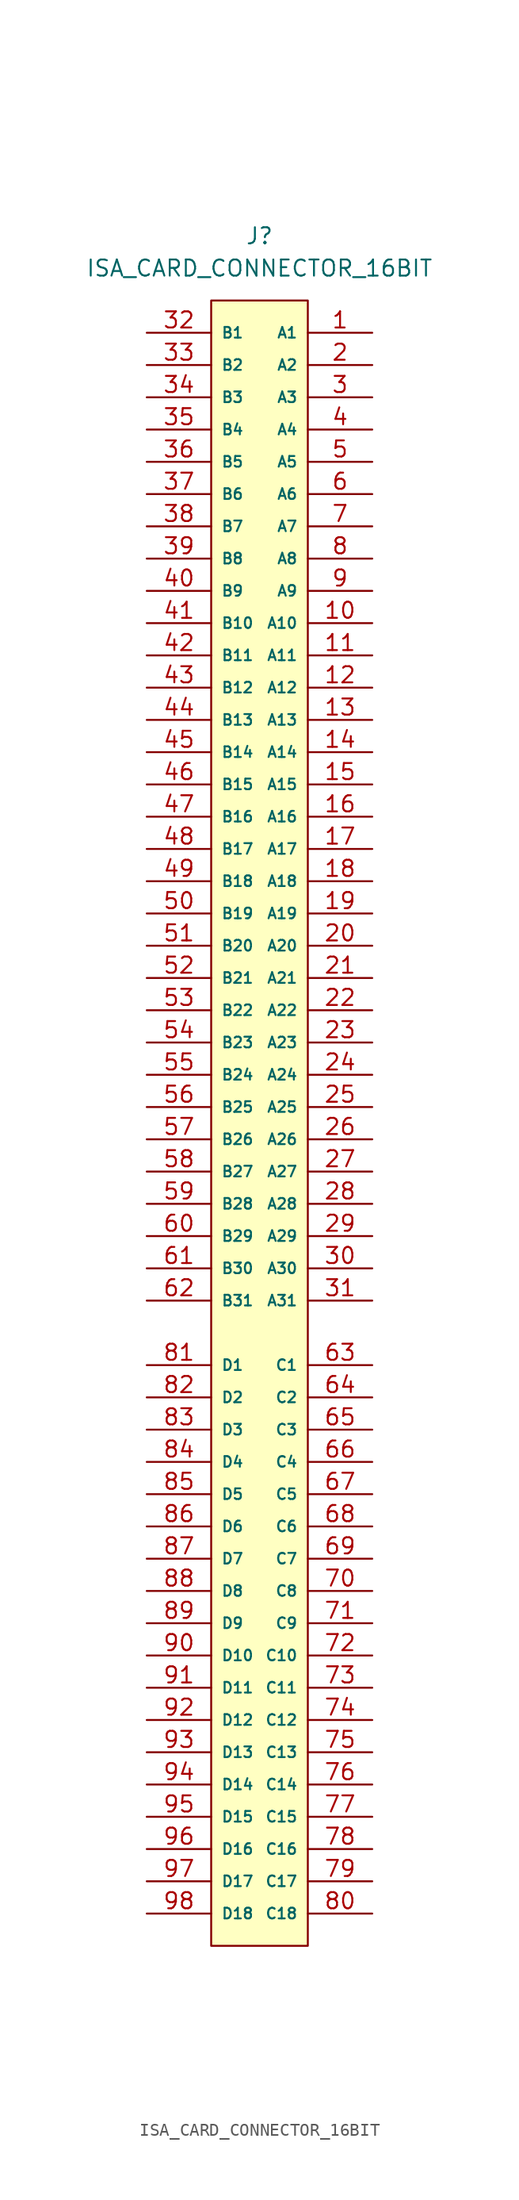
<source format=kicad_sym>
(kicad_symbol_lib
  (version 20220914)
  (generator kicad_symbol_editor)
  (symbol "ISA_CARD_CONNECTOR_16BIT"
    (pin_names
      (offset 0.762))
    (property "Reference" "J"
      (at 0 5.08 0)
      (effects (font (size 1.27 1.27))))
    (property "Value" "ISA_CARD_CONNECTOR_16BIT"
      (at 0 2.54 0)
      (effects (font (size 1.27 1.27))))
    (symbol "ISA_CARD_CONNECTOR_16BIT_0_0"
      (pin passive line (at 8.89 -2.54 180) (length 5.08) (name "A1" (effects (font (size 0.838 0.838)))) (number "1" (effects (font (size 1.27 1.27)))))
      (pin passive line (at 8.89 -25.4 180) (length 5.08) (name "A10" (effects (font (size 0.838 0.838)))) (number "10" (effects (font (size 1.27 1.27)))))
      (pin passive line (at 8.89 -27.94 180) (length 5.08) (name "A11" (effects (font (size 0.838 0.838)))) (number "11" (effects (font (size 1.27 1.27)))))
      (pin passive line (at 8.89 -30.48 180) (length 5.08) (name "A12" (effects (font (size 0.838 0.838)))) (number "12" (effects (font (size 1.27 1.27)))))
      (pin passive line (at 8.89 -33.02 180) (length 5.08) (name "A13" (effects (font (size 0.838 0.838)))) (number "13" (effects (font (size 1.27 1.27)))))
      (pin passive line (at 8.89 -35.56 180) (length 5.08) (name "A14" (effects (font (size 0.838 0.838)))) (number "14" (effects (font (size 1.27 1.27)))))
      (pin passive line (at 8.89 -38.1 180) (length 5.08) (name "A15" (effects (font (size 0.838 0.838)))) (number "15" (effects (font (size 1.27 1.27)))))
      (pin passive line (at 8.89 -40.64 180) (length 5.08) (name "A16" (effects (font (size 0.838 0.838)))) (number "16" (effects (font (size 1.27 1.27)))))
      (pin passive line (at 8.89 -43.18 180) (length 5.08) (name "A17" (effects (font (size 0.838 0.838)))) (number "17" (effects (font (size 1.27 1.27)))))
      (pin passive line (at 8.89 -45.72 180) (length 5.08) (name "A18" (effects (font (size 0.838 0.838)))) (number "18" (effects (font (size 1.27 1.27)))))
      (pin passive line (at 8.89 -48.26 180) (length 5.08) (name "A19" (effects (font (size 0.838 0.838)))) (number "19" (effects (font (size 1.27 1.27)))))
      (pin passive line (at 8.89 -5.08 180) (length 5.08) (name "A2" (effects (font (size 0.838 0.838)))) (number "2" (effects (font (size 1.27 1.27)))))
      (pin passive line (at 8.89 -50.8 180) (length 5.08) (name "A20" (effects (font (size 0.838 0.838)))) (number "20" (effects (font (size 1.27 1.27)))))
      (pin passive line (at 8.89 -53.34 180) (length 5.08) (name "A21" (effects (font (size 0.838 0.838)))) (number "21" (effects (font (size 1.27 1.27)))))
      (pin passive line (at 8.89 -55.88 180) (length 5.08) (name "A22" (effects (font (size 0.838 0.838)))) (number "22" (effects (font (size 1.27 1.27)))))
      (pin passive line (at 8.89 -58.42 180) (length 5.08) (name "A23" (effects (font (size 0.838 0.838)))) (number "23" (effects (font (size 1.27 1.27)))))
      (pin passive line (at 8.89 -60.96 180) (length 5.08) (name "A24" (effects (font (size 0.838 0.838)))) (number "24" (effects (font (size 1.27 1.27)))))
      (pin passive line (at 8.89 -63.5 180) (length 5.08) (name "A25" (effects (font (size 0.838 0.838)))) (number "25" (effects (font (size 1.27 1.27)))))
      (pin passive line (at 8.89 -66.04 180) (length 5.08) (name "A26" (effects (font (size 0.838 0.838)))) (number "26" (effects (font (size 1.27 1.27)))))
      (pin passive line (at 8.89 -68.58 180) (length 5.08) (name "A27" (effects (font (size 0.838 0.838)))) (number "27" (effects (font (size 1.27 1.27)))))
      (pin passive line (at 8.89 -71.12 180) (length 5.08) (name "A28" (effects (font (size 0.838 0.838)))) (number "28" (effects (font (size 1.27 1.27)))))
      (pin passive line (at 8.89 -73.66 180) (length 5.08) (name "A29" (effects (font (size 0.838 0.838)))) (number "29" (effects (font (size 1.27 1.27)))))
      (pin passive line (at 8.89 -7.62 180) (length 5.08) (name "A3" (effects (font (size 0.838 0.838)))) (number "3" (effects (font (size 1.27 1.27)))))
      (pin passive line (at 8.89 -76.2 180) (length 5.08) (name "A30" (effects (font (size 0.838 0.838)))) (number "30" (effects (font (size 1.27 1.27)))))
      (pin passive line (at 8.89 -78.74 180) (length 5.08) (name "A31" (effects (font (size 0.838 0.838)))) (number "31" (effects (font (size 1.27 1.27)))))
      (pin passive line (at -8.89 -2.54 0) (length 5.08) (name "B1" (effects (font (size 0.838 0.838)))) (number "32" (effects (font (size 1.27 1.27)))))
      (pin passive line (at -8.89 -5.08 0) (length 5.08) (name "B2" (effects (font (size 0.838 0.838)))) (number "33" (effects (font (size 1.27 1.27)))))
      (pin passive line (at -8.89 -7.62 0) (length 5.08) (name "B3" (effects (font (size 0.838 0.838)))) (number "34" (effects (font (size 1.27 1.27)))))
      (pin passive line (at -8.89 -10.16 0) (length 5.08) (name "B4" (effects (font (size 0.838 0.838)))) (number "35" (effects (font (size 1.27 1.27)))))
      (pin passive line (at -8.89 -12.7 0) (length 5.08) (name "B5" (effects (font (size 0.838 0.838)))) (number "36" (effects (font (size 1.27 1.27)))))
      (pin passive line (at -8.89 -15.24 0) (length 5.08) (name "B6" (effects (font (size 0.838 0.838)))) (number "37" (effects (font (size 1.27 1.27)))))
      (pin passive line (at -8.89 -17.78 0) (length 5.08) (name "B7" (effects (font (size 0.838 0.838)))) (number "38" (effects (font (size 1.27 1.27)))))
      (pin passive line (at -8.89 -20.32 0) (length 5.08) (name "B8" (effects (font (size 0.838 0.838)))) (number "39" (effects (font (size 1.27 1.27)))))
      (pin passive line (at 8.89 -10.16 180) (length 5.08) (name "A4" (effects (font (size 0.838 0.838)))) (number "4" (effects (font (size 1.27 1.27)))))
      (pin passive line (at -8.89 -22.86 0) (length 5.08) (name "B9" (effects (font (size 0.838 0.838)))) (number "40" (effects (font (size 1.27 1.27)))))
      (pin passive line (at -8.89 -25.4 0) (length 5.08) (name "B10" (effects (font (size 0.838 0.838)))) (number "41" (effects (font (size 1.27 1.27)))))
      (pin passive line (at -8.89 -27.94 0) (length 5.08) (name "B11" (effects (font (size 0.838 0.838)))) (number "42" (effects (font (size 1.27 1.27)))))
      (pin passive line (at -8.89 -30.48 0) (length 5.08) (name "B12" (effects (font (size 0.838 0.838)))) (number "43" (effects (font (size 1.27 1.27)))))
      (pin passive line (at -8.89 -33.02 0) (length 5.08) (name "B13" (effects (font (size 0.838 0.838)))) (number "44" (effects (font (size 1.27 1.27)))))
      (pin passive line (at -8.89 -35.56 0) (length 5.08) (name "B14" (effects (font (size 0.838 0.838)))) (number "45" (effects (font (size 1.27 1.27)))))
      (pin passive line (at -8.89 -38.1 0) (length 5.08) (name "B15" (effects (font (size 0.838 0.838)))) (number "46" (effects (font (size 1.27 1.27)))))
      (pin passive line (at -8.89 -40.64 0) (length 5.08) (name "B16" (effects (font (size 0.838 0.838)))) (number "47" (effects (font (size 1.27 1.27)))))
      (pin passive line (at -8.89 -43.18 0) (length 5.08) (name "B17" (effects (font (size 0.838 0.838)))) (number "48" (effects (font (size 1.27 1.27)))))
      (pin passive line (at -8.89 -45.72 0) (length 5.08) (name "B18" (effects (font (size 0.838 0.838)))) (number "49" (effects (font (size 1.27 1.27)))))
      (pin passive line (at 8.89 -12.7 180) (length 5.08) (name "A5" (effects (font (size 0.838 0.838)))) (number "5" (effects (font (size 1.27 1.27)))))
      (pin passive line (at -8.89 -48.26 0) (length 5.08) (name "B19" (effects (font (size 0.838 0.838)))) (number "50" (effects (font (size 1.27 1.27)))))
      (pin passive line (at -8.89 -50.8 0) (length 5.08) (name "B20" (effects (font (size 0.838 0.838)))) (number "51" (effects (font (size 1.27 1.27)))))
      (pin passive line (at -8.89 -53.34 0) (length 5.08) (name "B21" (effects (font (size 0.838 0.838)))) (number "52" (effects (font (size 1.27 1.27)))))
      (pin passive line (at -8.89 -55.88 0) (length 5.08) (name "B22" (effects (font (size 0.838 0.838)))) (number "53" (effects (font (size 1.27 1.27)))))
      (pin passive line (at -8.89 -58.42 0) (length 5.08) (name "B23" (effects (font (size 0.838 0.838)))) (number "54" (effects (font (size 1.27 1.27)))))
      (pin passive line (at -8.89 -60.96 0) (length 5.08) (name "B24" (effects (font (size 0.838 0.838)))) (number "55" (effects (font (size 1.27 1.27)))))
      (pin passive line (at -8.89 -63.5 0) (length 5.08) (name "B25" (effects (font (size 0.838 0.838)))) (number "56" (effects (font (size 1.27 1.27)))))
      (pin passive line (at -8.89 -66.04 0) (length 5.08) (name "B26" (effects (font (size 0.838 0.838)))) (number "57" (effects (font (size 1.27 1.27)))))
      (pin passive line (at -8.89 -68.58 0) (length 5.08) (name "B27" (effects (font (size 0.838 0.838)))) (number "58" (effects (font (size 1.27 1.27)))))
      (pin passive line (at -8.89 -71.12 0) (length 5.08) (name "B28" (effects (font (size 0.838 0.838)))) (number "59" (effects (font (size 1.27 1.27)))))
      (pin passive line (at 8.89 -15.24 180) (length 5.08) (name "A6" (effects (font (size 0.838 0.838)))) (number "6" (effects (font (size 1.27 1.27)))))
      (pin passive line (at -8.89 -73.66 0) (length 5.08) (name "B29" (effects (font (size 0.838 0.838)))) (number "60" (effects (font (size 1.27 1.27)))))
      (pin passive line (at -8.89 -76.2 0) (length 5.08) (name "B30" (effects (font (size 0.838 0.838)))) (number "61" (effects (font (size 1.27 1.27)))))
      (pin passive line (at -8.89 -78.74 0) (length 5.08) (name "B31" (effects (font (size 0.838 0.838)))) (number "62" (effects (font (size 1.27 1.27)))))
      (pin passive line (at 8.89 -17.78 180) (length 5.08) (name "A7" (effects (font (size 0.838 0.838)))) (number "7" (effects (font (size 1.27 1.27)))))
      (pin passive line (at 8.89 -20.32 180) (length 5.08) (name "A8" (effects (font (size 0.838 0.838)))) (number "8" (effects (font (size 1.27 1.27)))))
      (pin passive line (at 8.89 -22.86 180) (length 5.08) (name "A9" (effects (font (size 0.838 0.838)))) (number "9" (effects (font (size 1.27 1.27))))))
    (symbol "ISA_CARD_CONNECTOR_16BIT_0_1"
      (rectangle (start -3.81 0) (end 3.81 -129.54) (stroke (width 0) (type solid)) (fill (type background))))
    (symbol "ISA_CARD_CONNECTOR_16BIT_1_1"
      (pin passive line (at 8.89 -83.82 180) (length 5.08) (name "C1" (effects (font (size 0.838 0.838)))) (number "63" (effects (font (size 1.27 1.27)))))
      (pin passive line (at 8.89 -86.36 180) (length 5.08) (name "C2" (effects (font (size 0.838 0.838)))) (number "64" (effects (font (size 1.27 1.27)))))
      (pin passive line (at 8.89 -88.9 180) (length 5.08) (name "C3" (effects (font (size 0.838 0.838)))) (number "65" (effects (font (size 1.27 1.27)))))
      (pin passive line (at 8.89 -91.44 180) (length 5.08) (name "C4" (effects (font (size 0.838 0.838)))) (number "66" (effects (font (size 1.27 1.27)))))
      (pin passive line (at 8.89 -93.98 180) (length 5.08) (name "C5" (effects (font (size 0.838 0.838)))) (number "67" (effects (font (size 1.27 1.27)))))
      (pin passive line (at 8.89 -96.52 180) (length 5.08) (name "C6" (effects (font (size 0.838 0.838)))) (number "68" (effects (font (size 1.27 1.27)))))
      (pin passive line (at 8.89 -99.06 180) (length 5.08) (name "C7" (effects (font (size 0.838 0.838)))) (number "69" (effects (font (size 1.27 1.27)))))
      (pin passive line (at 8.89 -101.6 180) (length 5.08) (name "C8" (effects (font (size 0.838 0.838)))) (number "70" (effects (font (size 1.27 1.27)))))
      (pin passive line (at 8.89 -104.14 180) (length 5.08) (name "C9" (effects (font (size 0.838 0.838)))) (number "71" (effects (font (size 1.27 1.27)))))
      (pin passive line (at 8.89 -106.68 180) (length 5.08) (name "C10" (effects (font (size 0.838 0.838)))) (number "72" (effects (font (size 1.27 1.27)))))
      (pin passive line (at 8.89 -109.22 180) (length 5.08) (name "C11" (effects (font (size 0.838 0.838)))) (number "73" (effects (font (size 1.27 1.27)))))
      (pin passive line (at 8.89 -111.76 180) (length 5.08) (name "C12" (effects (font (size 0.838 0.838)))) (number "74" (effects (font (size 1.27 1.27)))))
      (pin passive line (at 8.89 -114.3 180) (length 5.08) (name "C13" (effects (font (size 0.838 0.838)))) (number "75" (effects (font (size 1.27 1.27)))))
      (pin passive line (at 8.89 -116.84 180) (length 5.08) (name "C14" (effects (font (size 0.838 0.838)))) (number "76" (effects (font (size 1.27 1.27)))))
      (pin passive line (at 8.89 -119.38 180) (length 5.08) (name "C15" (effects (font (size 0.838 0.838)))) (number "77" (effects (font (size 1.27 1.27)))))
      (pin passive line (at 8.89 -121.92 180) (length 5.08) (name "C16" (effects (font (size 0.838 0.838)))) (number "78" (effects (font (size 1.27 1.27)))))
      (pin passive line (at 8.89 -124.46 180) (length 5.08) (name "C17" (effects (font (size 0.838 0.838)))) (number "79" (effects (font (size 1.27 1.27)))))
      (pin passive line (at 8.89 -127 180) (length 5.08) (name "C18" (effects (font (size 0.838 0.838)))) (number "80" (effects (font (size 1.27 1.27)))))
      (pin passive line (at -8.89 -83.82 0) (length 5.08) (name "D1" (effects (font (size 0.838 0.838)))) (number "81" (effects (font (size 1.27 1.27)))))
      (pin passive line (at -8.89 -86.36 0) (length 5.08) (name "D2" (effects (font (size 0.838 0.838)))) (number "82" (effects (font (size 1.27 1.27)))))
      (pin passive line (at -8.89 -88.9 0) (length 5.08) (name "D3" (effects (font (size 0.838 0.838)))) (number "83" (effects (font (size 1.27 1.27)))))
      (pin passive line (at -8.89 -91.44 0) (length 5.08) (name "D4" (effects (font (size 0.838 0.838)))) (number "84" (effects (font (size 1.27 1.27)))))
      (pin passive line (at -8.89 -93.98 0) (length 5.08) (name "D5" (effects (font (size 0.838 0.838)))) (number "85" (effects (font (size 1.27 1.27)))))
      (pin passive line (at -8.89 -96.52 0) (length 5.08) (name "D6" (effects (font (size 0.838 0.838)))) (number "86" (effects (font (size 1.27 1.27)))))
      (pin passive line (at -8.89 -99.06 0) (length 5.08) (name "D7" (effects (font (size 0.838 0.838)))) (number "87" (effects (font (size 1.27 1.27)))))
      (pin passive line (at -8.89 -101.6 0) (length 5.08) (name "D8" (effects (font (size 0.838 0.838)))) (number "88" (effects (font (size 1.27 1.27)))))
      (pin passive line (at -8.89 -104.14 0) (length 5.08) (name "D9" (effects (font (size 0.838 0.838)))) (number "89" (effects (font (size 1.27 1.27)))))
      (pin passive line (at -8.89 -106.68 0) (length 5.08) (name "D10" (effects (font (size 0.838 0.838)))) (number "90" (effects (font (size 1.27 1.27)))))
      (pin passive line (at -8.89 -109.22 0) (length 5.08) (name "D11" (effects (font (size 0.838 0.838)))) (number "91" (effects (font (size 1.27 1.27)))))
      (pin passive line (at -8.89 -111.76 0) (length 5.08) (name "D12" (effects (font (size 0.838 0.838)))) (number "92" (effects (font (size 1.27 1.27)))))
      (pin passive line (at -8.89 -114.3 0) (length 5.08) (name "D13" (effects (font (size 0.838 0.838)))) (number "93" (effects (font (size 1.27 1.27)))))
      (pin passive line (at -8.89 -116.84 0) (length 5.08) (name "D14" (effects (font (size 0.838 0.838)))) (number "94" (effects (font (size 1.27 1.27)))))
      (pin passive line (at -8.89 -119.38 0) (length 5.08) (name "D15" (effects (font (size 0.838 0.838)))) (number "95" (effects (font (size 1.27 1.27)))))
      (pin passive line (at -8.89 -121.92 0) (length 5.08) (name "D16" (effects (font (size 0.838 0.838)))) (number "96" (effects (font (size 1.27 1.27)))))
      (pin passive line (at -8.89 -124.46 0) (length 5.08) (name "D17" (effects (font (size 0.838 0.838)))) (number "97" (effects (font (size 1.27 1.27)))))
      (pin passive line (at -8.89 -127 0) (length 5.08) (name "D18" (effects (font (size 0.838 0.838)))) (number "98" (effects (font (size 1.27 1.27))))))))
</source>
